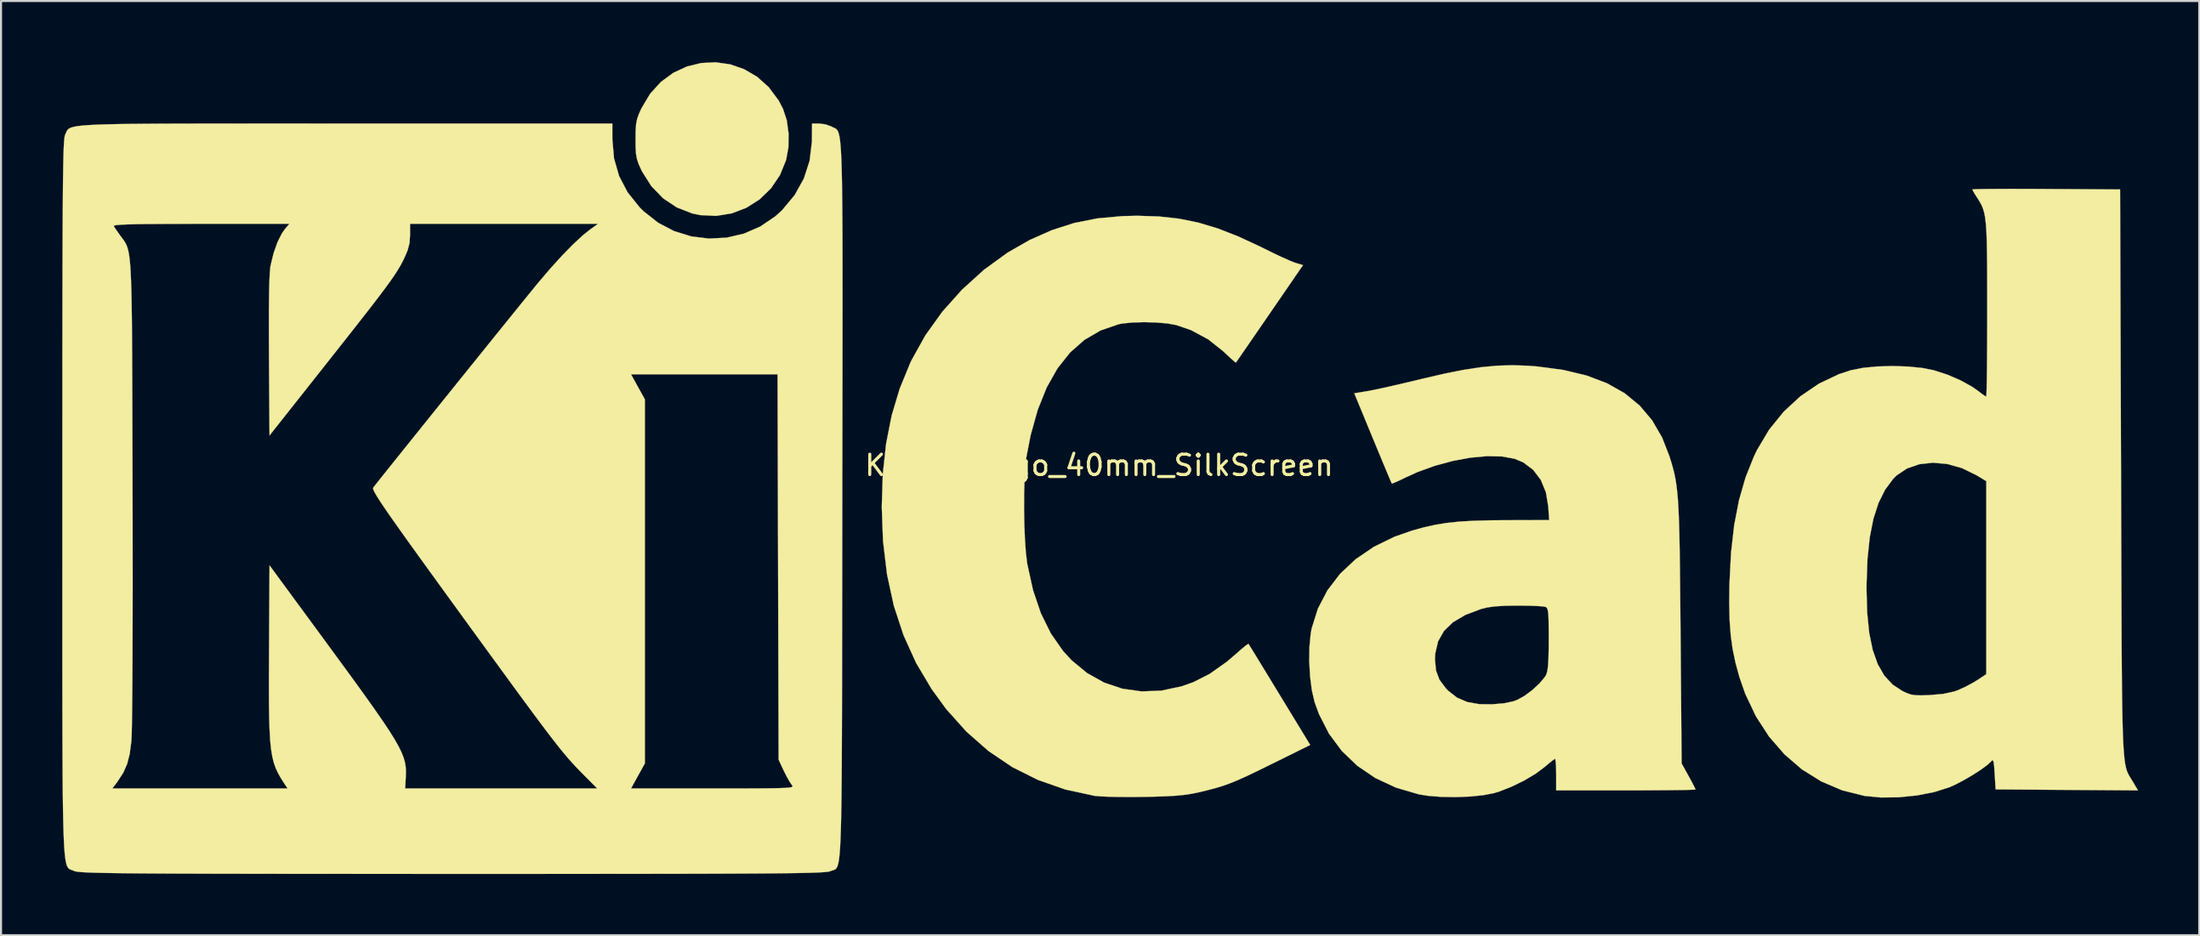
<source format=kicad_pcb>
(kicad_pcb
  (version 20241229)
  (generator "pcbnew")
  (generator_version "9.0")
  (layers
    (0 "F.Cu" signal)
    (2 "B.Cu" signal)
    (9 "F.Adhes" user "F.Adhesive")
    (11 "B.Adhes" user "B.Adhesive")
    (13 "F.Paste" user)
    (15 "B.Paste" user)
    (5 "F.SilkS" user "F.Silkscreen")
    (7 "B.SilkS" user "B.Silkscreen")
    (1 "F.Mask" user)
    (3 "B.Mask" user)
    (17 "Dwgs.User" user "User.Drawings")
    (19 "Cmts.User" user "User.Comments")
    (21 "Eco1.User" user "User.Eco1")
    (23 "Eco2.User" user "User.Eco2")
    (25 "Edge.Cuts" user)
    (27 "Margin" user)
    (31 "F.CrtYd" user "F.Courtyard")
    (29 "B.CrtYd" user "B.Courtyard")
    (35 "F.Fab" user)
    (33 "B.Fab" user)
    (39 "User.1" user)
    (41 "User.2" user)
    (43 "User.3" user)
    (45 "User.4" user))
  (footprint "KiCad-Logo_40mm_SilkScreen"
    (layer "F.Cu")
    (at 50.806 19.756)
    (property "Reference" "KiCad-Logo_40mm_SilkScreen" (at 0 0 0) (layer "F.SilkS") (effects (font (size 1 1) (thickness 0.15))))
    (attr exclude_from_pos_files exclude_from_bom)
    (fp_poly (pts (xy -18.076 -19.651) (xy -17.392 -19.413) (xy -16.756 -19.04) (xy -16.187 -18.531) (xy -15.708 -17.886) (xy -15.493 -17.48) (xy -15.306 -16.911) (xy -15.216 -16.254) (xy -15.226 -15.579) (xy -15.337 -14.968) (xy -15.641 -14.22) (xy -16.081 -13.572) (xy -16.635 -13.035) (xy -17.282 -12.624) (xy -17.998 -12.349) (xy -18.761 -12.225) (xy -19.549 -12.263) (xy -19.938 -12.345) (xy -20.695 -12.64) (xy -21.367 -13.089) (xy -21.938 -13.679) (xy -22.393 -14.397) (xy -22.431 -14.475) (xy -22.564 -14.769) (xy -22.647 -15.017) (xy -22.693 -15.278) (xy -22.711 -15.613) (xy -22.714 -15.977) (xy -22.709 -16.415) (xy -22.686 -16.732) (xy -22.634 -16.987) (xy -22.541 -17.243) (xy -22.426 -17.496) (xy -21.998 -18.213) (xy -21.47 -18.793) (xy -20.864 -19.237) (xy -20.201 -19.545) (xy -19.501 -19.716) (xy -18.786 -19.751) (xy -18.076 -19.651)) (stroke (width 0.01) (type solid)) (fill yes) (layer "F.SilkS"))
    (fp_poly (pts (xy 2.917 -12.197) (xy 3.899 -12.09) (xy 4.85 -11.898) (xy 5.809 -11.61) (xy 6.815 -11.218) (xy 7.907 -10.711) (xy 8.103 -10.613) (xy 8.554 -10.39) (xy 8.98 -10.19) (xy 9.338 -10.031) (xy 9.586 -9.933) (xy 9.624 -9.92) (xy 9.989 -9.811) (xy 8.354 -7.432) (xy 7.954 -6.85) (xy 7.588 -6.319) (xy 7.27 -5.856) (xy 7.01 -5.479) (xy 6.822 -5.207) (xy 6.718 -5.057) (xy 6.701 -5.033) (xy 6.632 -5.083) (xy 6.463 -5.232) (xy 6.223 -5.454) (xy 6.091 -5.58) (xy 5.343 -6.175) (xy 4.502 -6.627) (xy 3.778 -6.875) (xy 3.343 -6.953) (xy 2.799 -7) (xy 2.209 -7.016) (xy 1.638 -7) (xy 1.148 -6.951) (xy 0.953 -6.914) (xy 0.074 -6.611) (xy -0.719 -6.149) (xy -1.424 -5.528) (xy -2.041 -4.75) (xy -2.569 -3.815) (xy -3.008 -2.723) (xy -3.356 -1.477) (xy -3.564 -0.41) (xy -3.618 0.061) (xy -3.655 0.67) (xy -3.675 1.372) (xy -3.678 2.125) (xy -3.666 2.883) (xy -3.637 3.605) (xy -3.593 4.245) (xy -3.534 4.76) (xy -3.521 4.839) (xy -3.239 6.12) (xy -2.855 7.253) (xy -2.366 8.244) (xy -1.771 9.098) (xy -1.348 9.559) (xy -0.588 10.186) (xy 0.245 10.651) (xy 1.138 10.951) (xy 2.076 11.083) (xy 3.045 11.046) (xy 4.031 10.837) (xy 4.614 10.632) (xy 5.422 10.221) (xy 6.253 9.633) (xy 6.719 9.235) (xy 6.981 9.004) (xy 7.187 8.835) (xy 7.304 8.754) (xy 7.318 8.751) (xy 7.37 8.835) (xy 7.506 9.054) (xy 7.713 9.392) (xy 7.979 9.829) (xy 8.295 10.346) (xy 8.647 10.924) (xy 8.843 11.246) (xy 10.342 13.707) (xy 8.471 14.632) (xy 7.795 14.964) (xy 7.247 15.226) (xy 6.794 15.43) (xy 6.402 15.591) (xy 6.039 15.72) (xy 5.67 15.831) (xy 5.262 15.937) (xy 4.871 16.03) (xy 4.523 16.102) (xy 4.159 16.156) (xy 3.744 16.196) (xy 3.239 16.224) (xy 2.609 16.244) (xy 2.185 16.252) (xy 1.579 16.258) (xy 0.999 16.255) (xy 0.481 16.245) (xy 0.066 16.227) (xy -0.209 16.202) (xy -0.226 16.2) (xy -1.656 15.891) (xy -2.999 15.421) (xy -4.254 14.793) (xy -5.421 14.005) (xy -6.499 13.058) (xy -7.489 11.953) (xy -8.206 10.97) (xy -8.969 9.684) (xy -9.585 8.326) (xy -10.059 6.885) (xy -10.392 5.35) (xy -10.588 3.711) (xy -10.65 2.046) (xy -10.599 0.435) (xy -10.439 -1.051) (xy -10.166 -2.437) (xy -9.774 -3.749) (xy -9.257 -5.012) (xy -9.196 -5.142) (xy -8.516 -6.365) (xy -7.682 -7.529) (xy -6.716 -8.609) (xy -5.643 -9.582) (xy -4.485 -10.424) (xy -3.407 -11.041) (xy -2.317 -11.524) (xy -1.225 -11.875) (xy -0.089 -12.101) (xy 1.135 -12.213) (xy 1.866 -12.23) (xy 2.917 -12.197)) (stroke (width 0.01) (type solid)) (fill yes) (layer "F.SilkS"))
    (fp_poly (pts (xy 45.37 -13.548) (xy 46.144 -13.545) (xy 46.407 -13.543) (xy 50.026 -13.519) (xy 50.072 0.364) (xy 50.078 2.247) (xy 50.083 3.956) (xy 50.088 5.501) (xy 50.093 6.891) (xy 50.098 8.133) (xy 50.104 9.238) (xy 50.111 10.214) (xy 50.12 11.07) (xy 50.13 11.814) (xy 50.142 12.456) (xy 50.157 13.005) (xy 50.174 13.468) (xy 50.195 13.855) (xy 50.219 14.176) (xy 50.246 14.438) (xy 50.278 14.651) (xy 50.314 14.823) (xy 50.355 14.963) (xy 50.401 15.08) (xy 50.453 15.184) (xy 50.511 15.282) (xy 50.574 15.384) (xy 50.644 15.498) (xy 50.659 15.522) (xy 50.9 15.934) (xy 43.927 15.886) (xy 43.881 15.12) (xy 43.856 14.753) (xy 43.83 14.54) (xy 43.795 14.456) (xy 43.743 14.473) (xy 43.699 14.522) (xy 43.507 14.699) (xy 43.195 14.926) (xy 42.806 15.177) (xy 42.384 15.424) (xy 41.974 15.64) (xy 41.659 15.782) (xy 40.921 16.015) (xy 40.074 16.181) (xy 39.181 16.272) (xy 38.304 16.282) (xy 37.506 16.205) (xy 37.493 16.203) (xy 36.401 15.929) (xy 35.379 15.492) (xy 34.436 14.903) (xy 33.583 14.169) (xy 32.829 13.301) (xy 32.185 12.308) (xy 31.659 11.2) (xy 31.373 10.378) (xy 31.185 9.691) (xy 31.045 9.026) (xy 30.949 8.342) (xy 30.894 7.599) (xy 30.875 6.757) (xy 30.883 6.069) (xy 37.601 6.069) (xy 37.633 7.222) (xy 37.733 8.215) (xy 37.905 9.055) (xy 38.152 9.752) (xy 38.476 10.314) (xy 38.881 10.75) (xy 39.348 11.058) (xy 39.592 11.173) (xy 39.803 11.242) (xy 40.038 11.274) (xy 40.354 11.276) (xy 40.695 11.264) (xy 41.364 11.205) (xy 41.894 11.089) (xy 42.06 11.031) (xy 42.44 10.86) (xy 42.841 10.645) (xy 43.016 10.538) (xy 43.471 10.239) (xy 43.471 0.776) (xy 42.971 0.476) (xy 42.272 0.136) (xy 41.559 -0.064) (xy 40.856 -0.127) (xy 40.191 -0.054) (xy 39.589 0.154) (xy 39.075 0.496) (xy 38.91 0.66) (xy 38.511 1.197) (xy 38.188 1.848) (xy 37.938 2.623) (xy 37.759 3.534) (xy 37.648 4.591) (xy 37.603 5.807) (xy 37.601 6.069) (xy 30.883 6.069) (xy 30.887 5.783) (xy 30.964 4.284) (xy 31.118 2.932) (xy 31.354 1.708) (xy 31.676 0.59) (xy 32.087 -0.439) (xy 32.234 -0.744) (xy 32.825 -1.739) (xy 33.54 -2.623) (xy 34.361 -3.383) (xy 35.272 -4.002) (xy 36.255 -4.469) (xy 36.845 -4.661) (xy 37.424 -4.775) (xy 38.121 -4.843) (xy 38.877 -4.865) (xy 39.634 -4.84) (xy 40.333 -4.77) (xy 40.895 -4.659) (xy 41.563 -4.442) (xy 42.211 -4.162) (xy 42.777 -3.849) (xy 43.079 -3.636) (xy 43.287 -3.478) (xy 43.433 -3.382) (xy 43.466 -3.368) (xy 43.476 -3.457) (xy 43.486 -3.709) (xy 43.495 -4.108) (xy 43.502 -4.635) (xy 43.508 -5.273) (xy 43.513 -6.005) (xy 43.516 -6.811) (xy 43.517 -7.633) (xy 43.516 -8.685) (xy 43.514 -9.572) (xy 43.507 -10.311) (xy 43.496 -10.919) (xy 43.478 -11.413) (xy 43.452 -11.809) (xy 43.416 -12.125) (xy 43.369 -12.378) (xy 43.308 -12.584) (xy 43.234 -12.762) (xy 43.144 -12.926) (xy 43.036 -13.096) (xy 43.022 -13.117) (xy 42.884 -13.336) (xy 42.8 -13.487) (xy 42.789 -13.518) (xy 42.876 -13.528) (xy 43.127 -13.537) (xy 43.521 -13.543) (xy 44.039 -13.547) (xy 44.662 -13.549) (xy 45.37 -13.548)) (stroke (width 0.01) (type solid)) (fill yes) (layer "F.SilkS"))
    (fp_poly (pts (xy 21.003 -4.879) (xy 21.454 -4.845) (xy 22.745 -4.673) (xy 23.888 -4.399) (xy 24.889 -4.019) (xy 25.753 -3.53) (xy 26.486 -2.927) (xy 27.094 -2.207) (xy 27.583 -1.365) (xy 27.939 -0.455) (xy 28.03 -0.165) (xy 28.109 0.107) (xy 28.177 0.375) (xy 28.235 0.654) (xy 28.284 0.958) (xy 28.325 1.303) (xy 28.36 1.702) (xy 28.388 2.171) (xy 28.411 2.723) (xy 28.43 3.374) (xy 28.445 4.139) (xy 28.458 5.031) (xy 28.469 6.066) (xy 28.48 7.259) (xy 28.488 8.194) (xy 28.541 14.612) (xy 28.882 15.229) (xy 29.044 15.527) (xy 29.164 15.758) (xy 29.222 15.881) (xy 29.224 15.89) (xy 29.136 15.899) (xy 28.886 15.908) (xy 28.494 15.916) (xy 27.979 15.922) (xy 27.362 15.927) (xy 26.663 15.931) (xy 25.901 15.932) (xy 25.81 15.932) (xy 22.396 15.932) (xy 22.396 15.158) (xy 22.39 14.808) (xy 22.374 14.541) (xy 22.352 14.398) (xy 22.342 14.384) (xy 22.252 14.44) (xy 22.066 14.586) (xy 21.824 14.791) (xy 21.819 14.795) (xy 21.378 15.124) (xy 20.82 15.454) (xy 20.21 15.752) (xy 19.61 15.988) (xy 19.346 16.068) (xy 18.82 16.17) (xy 18.175 16.235) (xy 17.469 16.263) (xy 16.762 16.251) (xy 16.113 16.2) (xy 15.659 16.126) (xy 14.545 15.799) (xy 13.542 15.333) (xy 12.657 14.733) (xy 11.896 14.006) (xy 11.265 13.158) (xy 10.772 12.193) (xy 10.559 11.608) (xy 10.426 11.039) (xy 10.338 10.356) (xy 10.297 9.622) (xy 10.298 9.515) (xy 16.455 9.515) (xy 16.506 10.06) (xy 16.676 10.513) (xy 16.991 10.934) (xy 17.111 11.057) (xy 17.54 11.391) (xy 18.036 11.604) (xy 18.63 11.708) (xy 19.256 11.715) (xy 19.849 11.665) (xy 20.304 11.567) (xy 20.501 11.493) (xy 20.857 11.292) (xy 21.233 11.009) (xy 21.577 10.691) (xy 21.834 10.386) (xy 21.902 10.274) (xy 21.955 10.117) (xy 21.993 9.868) (xy 22.017 9.502) (xy 22.029 8.996) (xy 22.032 8.514) (xy 22.03 7.952) (xy 22.023 7.546) (xy 22.008 7.269) (xy 21.983 7.094) (xy 21.944 6.996) (xy 21.889 6.947) (xy 21.872 6.939) (xy 21.725 6.915) (xy 21.435 6.895) (xy 21.042 6.882) (xy 20.583 6.876) (xy 20.484 6.876) (xy 19.871 6.886) (xy 19.398 6.915) (xy 19.022 6.967) (xy 18.711 7.044) (xy 17.941 7.335) (xy 17.337 7.693) (xy 16.893 8.124) (xy 16.606 8.633) (xy 16.469 9.227) (xy 16.455 9.515) (xy 10.298 9.515) (xy 10.306 8.899) (xy 10.368 8.252) (xy 10.416 7.991) (xy 10.722 7.02) (xy 11.189 6.127) (xy 11.806 5.32) (xy 12.565 4.607) (xy 13.458 3.998) (xy 14.475 3.501) (xy 15.34 3.199) (xy 15.918 3.04) (xy 16.471 2.917) (xy 17.034 2.825) (xy 17.644 2.761) (xy 18.337 2.72) (xy 19.147 2.698) (xy 19.88 2.692) (xy 22.052 2.686) (xy 22.01 2.033) (xy 21.892 1.324) (xy 21.641 0.715) (xy 21.267 0.221) (xy 20.781 -0.143) (xy 20.354 -0.321) (xy 19.741 -0.433) (xy 19.011 -0.449) (xy 18.199 -0.375) (xy 17.339 -0.217) (xy 16.465 0.019) (xy 15.61 0.327) (xy 14.989 0.609) (xy 14.691 0.754) (xy 14.463 0.855) (xy 14.347 0.895) (xy 14.341 0.893) (xy 14.301 0.805) (xy 14.201 0.571) (xy 14.051 0.213) (xy 13.859 -0.246) (xy 13.636 -0.784) (xy 13.409 -1.332) (xy 12.503 -3.529) (xy 13.148 -3.635) (xy 13.427 -3.688) (xy 13.847 -3.777) (xy 14.372 -3.894) (xy 14.965 -4.032) (xy 15.592 -4.181) (xy 15.841 -4.241) (xy 16.919 -4.491) (xy 17.864 -4.679) (xy 18.709 -4.808) (xy 19.491 -4.881) (xy 20.243 -4.904) (xy 21.003 -4.879)) (stroke (width 0.01) (type solid)) (fill yes) (layer "F.SilkS"))
    (fp_poly (pts (xy -39.491 -16.752) (xy -37.737 -16.751) (xy -36.921 -16.751) (xy -23.852 -16.751) (xy -23.852 -15.981) (xy -23.77 -15.043) (xy -23.522 -14.179) (xy -23.106 -13.382) (xy -22.519 -12.648) (xy -22.32 -12.449) (xy -21.606 -11.887) (xy -20.819 -11.476) (xy -19.982 -11.218) (xy -19.118 -11.112) (xy -18.251 -11.157) (xy -17.405 -11.354) (xy -16.602 -11.703) (xy -15.866 -12.202) (xy -15.535 -12.503) (xy -14.919 -13.242) (xy -14.468 -14.054) (xy -14.184 -14.931) (xy -14.073 -15.863) (xy -14.071 -15.955) (xy -14.066 -16.751) (xy -13.715 -16.751) (xy -13.405 -16.709) (xy -13.121 -16.607) (xy -13.102 -16.596) (xy -13.038 -16.563) (xy -12.98 -16.537) (xy -12.926 -16.511) (xy -12.877 -16.477) (xy -12.832 -16.428) (xy -12.792 -16.356) (xy -12.756 -16.254) (xy -12.724 -16.114) (xy -12.696 -15.928) (xy -12.672 -15.689) (xy -12.65 -15.39) (xy -12.632 -15.023) (xy -12.617 -14.58) (xy -12.604 -14.054) (xy -12.594 -13.438) (xy -12.586 -12.723) (xy -12.58 -11.902) (xy -12.576 -10.968) (xy -12.574 -9.913) (xy -12.573 -8.73) (xy -12.573 -7.411) (xy -12.575 -5.948) (xy -12.577 -4.335) (xy -12.579 -2.562) (xy -12.582 -0.624) (xy -12.585 1.488) (xy -12.585 1.745) (xy -12.588 3.871) (xy -12.59 5.822) (xy -12.592 7.606) (xy -12.595 9.23) (xy -12.597 10.703) (xy -12.6 12.031) (xy -12.604 13.223) (xy -12.609 14.285) (xy -12.615 15.225) (xy -12.623 16.051) (xy -12.632 16.77) (xy -12.644 17.391) (xy -12.658 17.919) (xy -12.674 18.364) (xy -12.693 18.732) (xy -12.715 19.031) (xy -12.74 19.268) (xy -12.769 19.452) (xy -12.801 19.589) (xy -12.838 19.688) (xy -12.878 19.755) (xy -12.923 19.798) (xy -12.973 19.825) (xy -13.027 19.844) (xy -13.087 19.861) (xy -13.152 19.885) (xy -13.168 19.892) (xy -13.218 19.908) (xy -13.302 19.923) (xy -13.426 19.937) (xy -13.599 19.949) (xy -13.828 19.961) (xy -14.12 19.971) (xy -14.481 19.98) (xy -14.921 19.988) (xy -15.445 19.995) (xy -16.061 20.001) (xy -16.777 20.007) (xy -17.599 20.011) (xy -18.536 20.015) (xy -19.594 20.019) (xy -20.78 20.021) (xy -22.103 20.023) (xy -23.569 20.025) (xy -25.185 20.026) (xy -26.96 20.026) (xy -28.899 20.027) (xy -31.011 20.027) (xy -31.695 20.027) (xy -33.854 20.026) (xy -35.839 20.026) (xy -37.656 20.025) (xy -39.313 20.024) (xy -40.818 20.022) (xy -42.177 20.02) (xy -43.399 20.018) (xy -44.491 20.014) (xy -45.459 20.011) (xy -46.312 20.006) (xy -47.057 20.001) (xy -47.701 19.995) (xy -48.252 19.988) (xy -48.717 19.981) (xy -49.103 19.972) (xy -49.419 19.962) (xy -49.67 19.951) (xy -49.865 19.94) (xy -50.011 19.926) (xy -50.116 19.912) (xy -50.186 19.896) (xy -50.225 19.882) (xy -50.293 19.853) (xy -50.355 19.832) (xy -50.413 19.811) (xy -50.465 19.782) (xy -50.512 19.738) (xy -50.555 19.672) (xy -50.593 19.576) (xy -50.627 19.442) (xy -50.657 19.262) (xy -50.684 19.031) (xy -50.707 18.739) (xy -50.726 18.379) (xy -50.743 17.944) (xy -50.757 17.426) (xy -50.769 16.818) (xy -50.778 16.112) (xy -50.781 15.841) (xy -48.351 15.841) (xy -39.763 15.841) (xy -39.929 15.591) (xy -40.093 15.333) (xy -40.232 15.088) (xy -40.348 14.838) (xy -40.443 14.567) (xy -40.518 14.255) (xy -40.577 13.888) (xy -40.62 13.447) (xy -40.649 12.916) (xy -40.668 12.277) (xy -40.677 11.513) (xy -40.679 10.607) (xy -40.675 9.542) (xy -40.673 9.146) (xy -40.649 4.907) (xy -37.963 8.563) (xy -37.203 9.601) (xy -36.543 10.504) (xy -35.979 11.285) (xy -35.502 11.956) (xy -35.105 12.529) (xy -34.781 13.015) (xy -34.523 13.428) (xy -34.325 13.778) (xy -34.178 14.078) (xy -34.076 14.34) (xy -34.011 14.575) (xy -33.977 14.796) (xy -33.967 15.014) (xy -33.972 15.242) (xy -33.974 15.271) (xy -34.003 15.841) (xy -29.297 15.841) (xy -24.592 15.841) (xy -25.292 15.135) (xy -25.482 14.942) (xy -25.662 14.754) (xy -25.84 14.561) (xy -26.025 14.353) (xy -26.223 14.118) (xy -26.443 13.848) (xy -26.693 13.53) (xy -26.981 13.156) (xy -27.315 12.715) (xy -27.702 12.195) (xy -28.15 11.588) (xy -28.668 10.883) (xy -29.262 10.068) (xy -29.942 9.135) (xy -30.716 8.072) (xy -31.349 7.2) (xy -32.145 6.104) (xy -32.838 5.147) (xy -33.437 4.317) (xy -33.947 3.608) (xy -34.373 3.008) (xy -34.724 2.51) (xy -35.005 2.104) (xy -35.221 1.781) (xy -35.38 1.532) (xy -35.488 1.348) (xy -35.551 1.22) (xy -35.576 1.139) (xy -35.568 1.096) (xy -35.48 0.982) (xy -35.288 0.74) (xy -35.006 0.386) (xy -34.643 -0.067) (xy -34.213 -0.604) (xy -33.725 -1.211) (xy -33.193 -1.874) (xy -32.627 -2.578) (xy -32.039 -3.309) (xy -31.441 -4.052) (xy -31.111 -4.461) (xy -22.938 -4.461) (xy -22.599 -3.846) (xy -22.259 -3.232) (xy -22.259 14.612) (xy -22.599 15.226) (xy -22.938 15.841) (xy -18.92 15.841) (xy -17.961 15.841) (xy -17.169 15.839) (xy -16.528 15.836) (xy -16.024 15.831) (xy -15.642 15.823) (xy -15.366 15.812) (xy -15.181 15.796) (xy -15.071 15.776) (xy -15.023 15.75) (xy -15.021 15.718) (xy -15.048 15.679) (xy -15.049 15.679) (xy -15.163 15.513) (xy -15.315 15.243) (xy -15.45 14.974) (xy -15.704 14.43) (xy -15.73 4.984) (xy -15.756 -4.461) (xy -22.938 -4.461) (xy -31.111 -4.461) (xy -30.843 -4.794) (xy -30.258 -5.519) (xy -29.698 -6.215) (xy -29.173 -6.865) (xy -28.695 -7.456) (xy -28.276 -7.974) (xy -27.928 -8.403) (xy -27.661 -8.731) (xy -27.505 -8.922) (xy -26.897 -9.636) (xy -26.312 -10.281) (xy -25.77 -10.834) (xy -25.293 -11.276) (xy -24.954 -11.547) (xy -24.553 -11.835) (xy -33.766 -11.835) (xy -33.764 -11.295) (xy -33.789 -10.897) (xy -33.886 -10.529) (xy -34.036 -10.179) (xy -34.133 -9.982) (xy -34.238 -9.786) (xy -34.36 -9.58) (xy -34.508 -9.349) (xy -34.692 -9.081) (xy -34.922 -8.763) (xy -35.206 -8.382) (xy -35.556 -7.924) (xy -35.98 -7.378) (xy -36.488 -6.729) (xy -37.089 -5.966) (xy -37.793 -5.075) (xy -37.872 -4.974) (xy -40.649 -1.463) (xy -40.676 -5.352) (xy -40.681 -6.516) (xy -40.68 -7.503) (xy -40.672 -8.313) (xy -40.658 -8.952) (xy -40.637 -9.421) (xy -40.609 -9.725) (xy -40.599 -9.783) (xy -40.452 -10.39) (xy -40.259 -10.937) (xy -40.038 -11.377) (xy -39.906 -11.563) (xy -39.677 -11.835) (xy -44.015 -11.835) (xy -45.05 -11.834) (xy -45.915 -11.831) (xy -46.623 -11.826) (xy -47.188 -11.818) (xy -47.62 -11.807) (xy -47.934 -11.793) (xy -48.141 -11.775) (xy -48.254 -11.753) (xy -48.286 -11.727) (xy -48.284 -11.721) (xy -48.192 -11.583) (xy -48.039 -11.363) (xy -47.959 -11.251) (xy -47.877 -11.14) (xy -47.803 -11.041) (xy -47.737 -10.944) (xy -47.679 -10.838) (xy -47.627 -10.716) (xy -47.582 -10.566) (xy -47.542 -10.378) (xy -47.509 -10.144) (xy -47.48 -9.854) (xy -47.456 -9.497) (xy -47.436 -9.063) (xy -47.42 -8.544) (xy -47.407 -7.929) (xy -47.396 -7.208) (xy -47.388 -6.372) (xy -47.382 -5.411) (xy -47.377 -4.315) (xy -47.373 -3.075) (xy -47.369 -1.68) (xy -47.365 -0.121) (xy -47.362 1.311) (xy -47.358 2.908) (xy -47.357 4.431) (xy -47.356 5.872) (xy -47.358 7.219) (xy -47.361 8.464) (xy -47.365 9.597) (xy -47.37 10.608) (xy -47.377 11.487) (xy -47.385 12.225) (xy -47.395 12.812) (xy -47.405 13.238) (xy -47.417 13.493) (xy -47.419 13.52) (xy -47.5 14.139) (xy -47.625 14.635) (xy -47.817 15.069) (xy -48.095 15.498) (xy -48.129 15.545) (xy -48.351 15.841) (xy -50.781 15.841) (xy -50.786 15.3) (xy -50.791 14.376) (xy -50.795 13.332) (xy -50.798 12.159) (xy -50.8 10.851) (xy -50.801 9.4) (xy -50.801 7.798) (xy -50.801 6.038) (xy -50.8 4.113) (xy -50.8 2.014) (xy -50.8 1.598) (xy -50.8 -0.523) (xy -50.799 -2.469) (xy -50.799 -4.248) (xy -50.798 -5.867) (xy -50.796 -7.334) (xy -50.794 -8.656) (xy -50.791 -9.841) (xy -50.788 -10.897) (xy -50.784 -11.83) (xy -50.779 -12.648) (xy -50.774 -13.359) (xy -50.768 -13.97) (xy -50.76 -14.488) (xy -50.752 -14.922) (xy -50.743 -15.278) (xy -50.733 -15.564) (xy -50.721 -15.788) (xy -50.708 -15.956) (xy -50.694 -16.077) (xy -50.679 -16.158) (xy -50.663 -16.207) (xy -50.662 -16.208) (xy -50.628 -16.282) (xy -50.599 -16.349) (xy -50.567 -16.409) (xy -50.524 -16.463) (xy -50.46 -16.511) (xy -50.367 -16.553) (xy -50.236 -16.59) (xy -50.057 -16.623) (xy -49.824 -16.65) (xy -49.525 -16.674) (xy -49.154 -16.693) (xy -48.701 -16.709) (xy -48.157 -16.722) (xy -47.514 -16.732) (xy -46.762 -16.739) (xy -45.894 -16.745) (xy -44.9 -16.748) (xy -43.771 -16.75) (xy -42.5 -16.751) (xy -41.076 -16.752) (xy -39.491 -16.752)) (stroke (width 0.01) (type solid)) (fill yes) (layer "F.SilkS")))
  (gr_rect
    (start -3 -3)
    (end 104.711 42.788)
    (stroke (width 0.1) (type default))
    (fill no)
    (layer "Edge.Cuts")))
</source>
